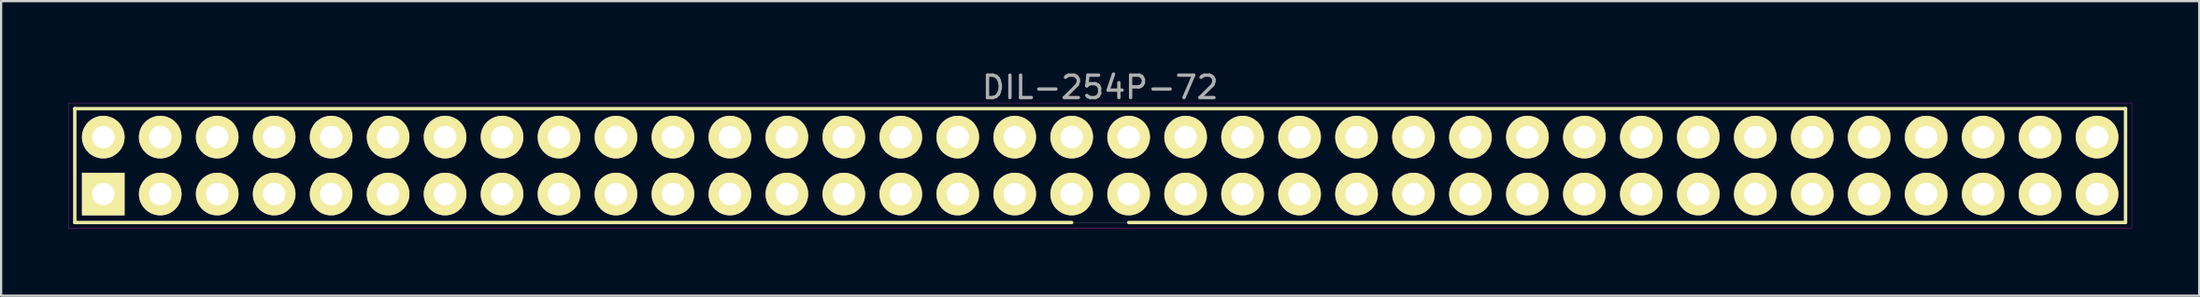
<source format=kicad_pcb>
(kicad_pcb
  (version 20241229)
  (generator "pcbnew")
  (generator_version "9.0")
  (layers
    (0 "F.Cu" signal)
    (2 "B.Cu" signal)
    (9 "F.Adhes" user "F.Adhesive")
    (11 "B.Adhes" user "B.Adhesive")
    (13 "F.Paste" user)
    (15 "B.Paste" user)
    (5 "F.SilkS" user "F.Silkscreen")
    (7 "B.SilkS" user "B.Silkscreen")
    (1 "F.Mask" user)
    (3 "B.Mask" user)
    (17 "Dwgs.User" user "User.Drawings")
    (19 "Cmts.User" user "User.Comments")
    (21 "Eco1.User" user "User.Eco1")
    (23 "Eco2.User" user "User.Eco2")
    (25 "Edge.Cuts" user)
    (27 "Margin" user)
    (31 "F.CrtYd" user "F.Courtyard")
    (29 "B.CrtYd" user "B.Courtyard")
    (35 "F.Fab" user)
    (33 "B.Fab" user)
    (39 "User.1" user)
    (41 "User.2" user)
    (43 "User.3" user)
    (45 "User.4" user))
  (footprint "DIL-254P-72"
    (layer "F.Cu")
    (at 46.005 4.338)
    (property "Reference" "DIL-254P-72" (at 0 -3.49 0) (layer "F.Fab") (effects (font (size 1 1) (thickness 0.15))))
    (attr through_hole)
    (fp_line (start -45.72 -2.54) (end 45.72 -2.54) (stroke (width 0.15) (type solid)) (layer "F.SilkS"))
    (fp_line (start -45.72 2.54) (end -45.72 -2.54) (stroke (width 0.15) (type solid)) (layer "F.SilkS"))
    (fp_line (start -1.27 2.54) (end -45.72 2.54) (stroke (width 0.15) (type solid)) (layer "F.SilkS"))
    (fp_line (start 45.72 -2.54) (end 45.72 2.54) (stroke (width 0.15) (type solid)) (layer "F.SilkS"))
    (fp_line (start 45.72 2.54) (end 1.27 2.54) (stroke (width 0.15) (type solid)) (layer "F.SilkS"))
    (fp_line (start -46 -2.8) (end 46 -2.8) (stroke (width 0.01) (type solid)) (layer "F.CrtYd"))
    (fp_line (start -46 2.8) (end -46 -2.8) (stroke (width 0.01) (type solid)) (layer "F.CrtYd"))
    (fp_line (start 46 -2.8) (end 46 2.8) (stroke (width 0.01) (type solid)) (layer "F.CrtYd"))
    (fp_line (start 46 2.8) (end -46 2.8) (stroke (width 0.01) (type solid)) (layer "F.CrtYd"))
    (fp_line (start -45.72 -2.54) (end 45.72 -2.54) (stroke (width 0.01) (type solid)) (layer "F.Fab"))
    (fp_line (start -45.72 2.54) (end -45.72 -2.54) (stroke (width 0.01) (type solid)) (layer "F.Fab"))
    (fp_line (start 45.72 -2.54) (end 45.72 2.54) (stroke (width 0.01) (type solid)) (layer "F.Fab"))
    (fp_line (start 45.72 2.54) (end -45.72 2.54) (stroke (width 0.01) (type solid)) (layer "F.Fab"))
    (pad "1" thru_hole rect (at -44.45 1.27) (size 1.9 1.9) (drill 1) (layers "*.Cu" "*.Mask" "F.SilkS"))
    (pad "2" thru_hole circle (at -44.45 -1.27) (size 1.9 1.9) (drill 1) (layers "*.Cu" "*.Mask" "F.SilkS"))
    (pad "3" thru_hole circle (at -41.91 1.27) (size 1.9 1.9) (drill 1) (layers "*.Cu" "*.Mask" "F.SilkS"))
    (pad "4" thru_hole circle (at -41.91 -1.27) (size 1.9 1.9) (drill 1) (layers "*.Cu" "*.Mask" "F.SilkS"))
    (pad "5" thru_hole circle (at -39.37 1.27) (size 1.9 1.9) (drill 1) (layers "*.Cu" "*.Mask" "F.SilkS"))
    (pad "6" thru_hole circle (at -39.37 -1.27) (size 1.9 1.9) (drill 1) (layers "*.Cu" "*.Mask" "F.SilkS"))
    (pad "7" thru_hole circle (at -36.83 1.27) (size 1.9 1.9) (drill 1) (layers "*.Cu" "*.Mask" "F.SilkS"))
    (pad "8" thru_hole circle (at -36.83 -1.27) (size 1.9 1.9) (drill 1) (layers "*.Cu" "*.Mask" "F.SilkS"))
    (pad "9" thru_hole circle (at -34.29 1.27) (size 1.9 1.9) (drill 1) (layers "*.Cu" "*.Mask" "F.SilkS"))
    (pad "10" thru_hole circle (at -34.29 -1.27) (size 1.9 1.9) (drill 1) (layers "*.Cu" "*.Mask" "F.SilkS"))
    (pad "11" thru_hole circle (at -31.75 1.27) (size 1.9 1.9) (drill 1) (layers "*.Cu" "*.Mask" "F.SilkS"))
    (pad "12" thru_hole circle (at -31.75 -1.27) (size 1.9 1.9) (drill 1) (layers "*.Cu" "*.Mask" "F.SilkS"))
    (pad "13" thru_hole circle (at -29.21 1.27) (size 1.9 1.9) (drill 1) (layers "*.Cu" "*.Mask" "F.SilkS"))
    (pad "14" thru_hole circle (at -29.21 -1.27) (size 1.9 1.9) (drill 1) (layers "*.Cu" "*.Mask" "F.SilkS"))
    (pad "15" thru_hole circle (at -26.67 1.27) (size 1.9 1.9) (drill 1) (layers "*.Cu" "*.Mask" "F.SilkS"))
    (pad "16" thru_hole circle (at -26.67 -1.27) (size 1.9 1.9) (drill 1) (layers "*.Cu" "*.Mask" "F.SilkS"))
    (pad "17" thru_hole circle (at -24.13 1.27) (size 1.9 1.9) (drill 1) (layers "*.Cu" "*.Mask" "F.SilkS"))
    (pad "18" thru_hole circle (at -24.13 -1.27) (size 1.9 1.9) (drill 1) (layers "*.Cu" "*.Mask" "F.SilkS"))
    (pad "19" thru_hole circle (at -21.59 1.27) (size 1.9 1.9) (drill 1) (layers "*.Cu" "*.Mask" "F.SilkS"))
    (pad "20" thru_hole circle (at -21.59 -1.27) (size 1.9 1.9) (drill 1) (layers "*.Cu" "*.Mask" "F.SilkS"))
    (pad "21" thru_hole circle (at -19.05 1.27) (size 1.9 1.9) (drill 1) (layers "*.Cu" "*.Mask" "F.SilkS"))
    (pad "22" thru_hole circle (at -19.05 -1.27) (size 1.9 1.9) (drill 1) (layers "*.Cu" "*.Mask" "F.SilkS"))
    (pad "23" thru_hole circle (at -16.51 1.27) (size 1.9 1.9) (drill 1) (layers "*.Cu" "*.Mask" "F.SilkS"))
    (pad "24" thru_hole circle (at -16.51 -1.27) (size 1.9 1.9) (drill 1) (layers "*.Cu" "*.Mask" "F.SilkS"))
    (pad "25" thru_hole circle (at -13.97 1.27) (size 1.9 1.9) (drill 1) (layers "*.Cu" "*.Mask" "F.SilkS"))
    (pad "26" thru_hole circle (at -13.97 -1.27) (size 1.9 1.9) (drill 1) (layers "*.Cu" "*.Mask" "F.SilkS"))
    (pad "27" thru_hole circle (at -11.43 1.27) (size 1.9 1.9) (drill 1) (layers "*.Cu" "*.Mask" "F.SilkS"))
    (pad "28" thru_hole circle (at -11.43 -1.27) (size 1.9 1.9) (drill 1) (layers "*.Cu" "*.Mask" "F.SilkS"))
    (pad "29" thru_hole circle (at -8.89 1.27) (size 1.9 1.9) (drill 1) (layers "*.Cu" "*.Mask" "F.SilkS"))
    (pad "30" thru_hole circle (at -8.89 -1.27) (size 1.9 1.9) (drill 1) (layers "*.Cu" "*.Mask" "F.SilkS"))
    (pad "31" thru_hole circle (at -6.35 1.27) (size 1.9 1.9) (drill 1) (layers "*.Cu" "*.Mask" "F.SilkS"))
    (pad "32" thru_hole circle (at -6.35 -1.27) (size 1.9 1.9) (drill 1) (layers "*.Cu" "*.Mask" "F.SilkS"))
    (pad "33" thru_hole circle (at -3.81 1.27) (size 1.9 1.9) (drill 1) (layers "*.Cu" "*.Mask" "F.SilkS"))
    (pad "34" thru_hole circle (at -3.81 -1.27) (size 1.9 1.9) (drill 1) (layers "*.Cu" "*.Mask" "F.SilkS"))
    (pad "35" thru_hole circle (at -1.27 1.27) (size 1.9 1.9) (drill 1) (layers "*.Cu" "*.Mask" "F.SilkS"))
    (pad "36" thru_hole circle (at -1.27 -1.27) (size 1.9 1.9) (drill 1) (layers "*.Cu" "*.Mask" "F.SilkS"))
    (pad "37" thru_hole circle (at 1.27 1.27) (size 1.9 1.9) (drill 1) (layers "*.Cu" "*.Mask" "F.SilkS"))
    (pad "38" thru_hole circle (at 1.27 -1.27) (size 1.9 1.9) (drill 1) (layers "*.Cu" "*.Mask" "F.SilkS"))
    (pad "39" thru_hole circle (at 3.81 1.27) (size 1.9 1.9) (drill 1) (layers "*.Cu" "*.Mask" "F.SilkS"))
    (pad "40" thru_hole circle (at 3.81 -1.27) (size 1.9 1.9) (drill 1) (layers "*.Cu" "*.Mask" "F.SilkS"))
    (pad "41" thru_hole circle (at 6.35 1.27) (size 1.9 1.9) (drill 1) (layers "*.Cu" "*.Mask" "F.SilkS"))
    (pad "42" thru_hole circle (at 6.35 -1.27) (size 1.9 1.9) (drill 1) (layers "*.Cu" "*.Mask" "F.SilkS"))
    (pad "43" thru_hole circle (at 8.89 1.27) (size 1.9 1.9) (drill 1) (layers "*.Cu" "*.Mask" "F.SilkS"))
    (pad "44" thru_hole circle (at 8.89 -1.27) (size 1.9 1.9) (drill 1) (layers "*.Cu" "*.Mask" "F.SilkS"))
    (pad "45" thru_hole circle (at 11.43 1.27) (size 1.9 1.9) (drill 1) (layers "*.Cu" "*.Mask" "F.SilkS"))
    (pad "46" thru_hole circle (at 11.43 -1.27) (size 1.9 1.9) (drill 1) (layers "*.Cu" "*.Mask" "F.SilkS"))
    (pad "47" thru_hole circle (at 13.97 1.27) (size 1.9 1.9) (drill 1) (layers "*.Cu" "*.Mask" "F.SilkS"))
    (pad "48" thru_hole circle (at 13.97 -1.27) (size 1.9 1.9) (drill 1) (layers "*.Cu" "*.Mask" "F.SilkS"))
    (pad "49" thru_hole circle (at 16.51 1.27) (size 1.9 1.9) (drill 1) (layers "*.Cu" "*.Mask" "F.SilkS"))
    (pad "50" thru_hole circle (at 16.51 -1.27) (size 1.9 1.9) (drill 1) (layers "*.Cu" "*.Mask" "F.SilkS"))
    (pad "51" thru_hole circle (at 19.05 1.27) (size 1.9 1.9) (drill 1) (layers "*.Cu" "*.Mask" "F.SilkS"))
    (pad "52" thru_hole circle (at 19.05 -1.27) (size 1.9 1.9) (drill 1) (layers "*.Cu" "*.Mask" "F.SilkS"))
    (pad "53" thru_hole circle (at 21.59 1.27) (size 1.9 1.9) (drill 1) (layers "*.Cu" "*.Mask" "F.SilkS"))
    (pad "54" thru_hole circle (at 21.59 -1.27) (size 1.9 1.9) (drill 1) (layers "*.Cu" "*.Mask" "F.SilkS"))
    (pad "55" thru_hole circle (at 24.13 1.27) (size 1.9 1.9) (drill 1) (layers "*.Cu" "*.Mask" "F.SilkS"))
    (pad "56" thru_hole circle (at 24.13 -1.27) (size 1.9 1.9) (drill 1) (layers "*.Cu" "*.Mask" "F.SilkS"))
    (pad "57" thru_hole circle (at 26.67 1.27) (size 1.9 1.9) (drill 1) (layers "*.Cu" "*.Mask" "F.SilkS"))
    (pad "58" thru_hole circle (at 26.67 -1.27) (size 1.9 1.9) (drill 1) (layers "*.Cu" "*.Mask" "F.SilkS"))
    (pad "59" thru_hole circle (at 29.21 1.27) (size 1.9 1.9) (drill 1) (layers "*.Cu" "*.Mask" "F.SilkS"))
    (pad "60" thru_hole circle (at 29.21 -1.27) (size 1.9 1.9) (drill 1) (layers "*.Cu" "*.Mask" "F.SilkS"))
    (pad "61" thru_hole circle (at 31.75 1.27) (size 1.9 1.9) (drill 1) (layers "*.Cu" "*.Mask" "F.SilkS"))
    (pad "62" thru_hole circle (at 31.75 -1.27) (size 1.9 1.9) (drill 1) (layers "*.Cu" "*.Mask" "F.SilkS"))
    (pad "63" thru_hole circle (at 34.29 1.27) (size 1.9 1.9) (drill 1) (layers "*.Cu" "*.Mask" "F.SilkS"))
    (pad "64" thru_hole circle (at 34.29 -1.27) (size 1.9 1.9) (drill 1) (layers "*.Cu" "*.Mask" "F.SilkS"))
    (pad "65" thru_hole circle (at 36.83 1.27) (size 1.9 1.9) (drill 1) (layers "*.Cu" "*.Mask" "F.SilkS"))
    (pad "66" thru_hole circle (at 36.83 -1.27) (size 1.9 1.9) (drill 1) (layers "*.Cu" "*.Mask" "F.SilkS"))
    (pad "67" thru_hole circle (at 39.37 1.27) (size 1.9 1.9) (drill 1) (layers "*.Cu" "*.Mask" "F.SilkS"))
    (pad "68" thru_hole circle (at 39.37 -1.27) (size 1.9 1.9) (drill 1) (layers "*.Cu" "*.Mask" "F.SilkS"))
    (pad "69" thru_hole circle (at 41.91 1.27) (size 1.9 1.9) (drill 1) (layers "*.Cu" "*.Mask" "F.SilkS"))
    (pad "70" thru_hole circle (at 41.91 -1.27) (size 1.9 1.9) (drill 1) (layers "*.Cu" "*.Mask" "F.SilkS"))
    (pad "71" thru_hole circle (at 44.45 1.27) (size 1.9 1.9) (drill 1) (layers "*.Cu" "*.Mask" "F.SilkS"))
    (pad "72" thru_hole circle (at 44.45 -1.27) (size 1.9 1.9) (drill 1) (layers "*.Cu" "*.Mask" "F.SilkS")))
  (gr_rect
    (start -3 -3)
    (end 95.01 10.143)
    (stroke (width 0.1) (type default))
    (fill no)
    (layer "Edge.Cuts")))
</source>
